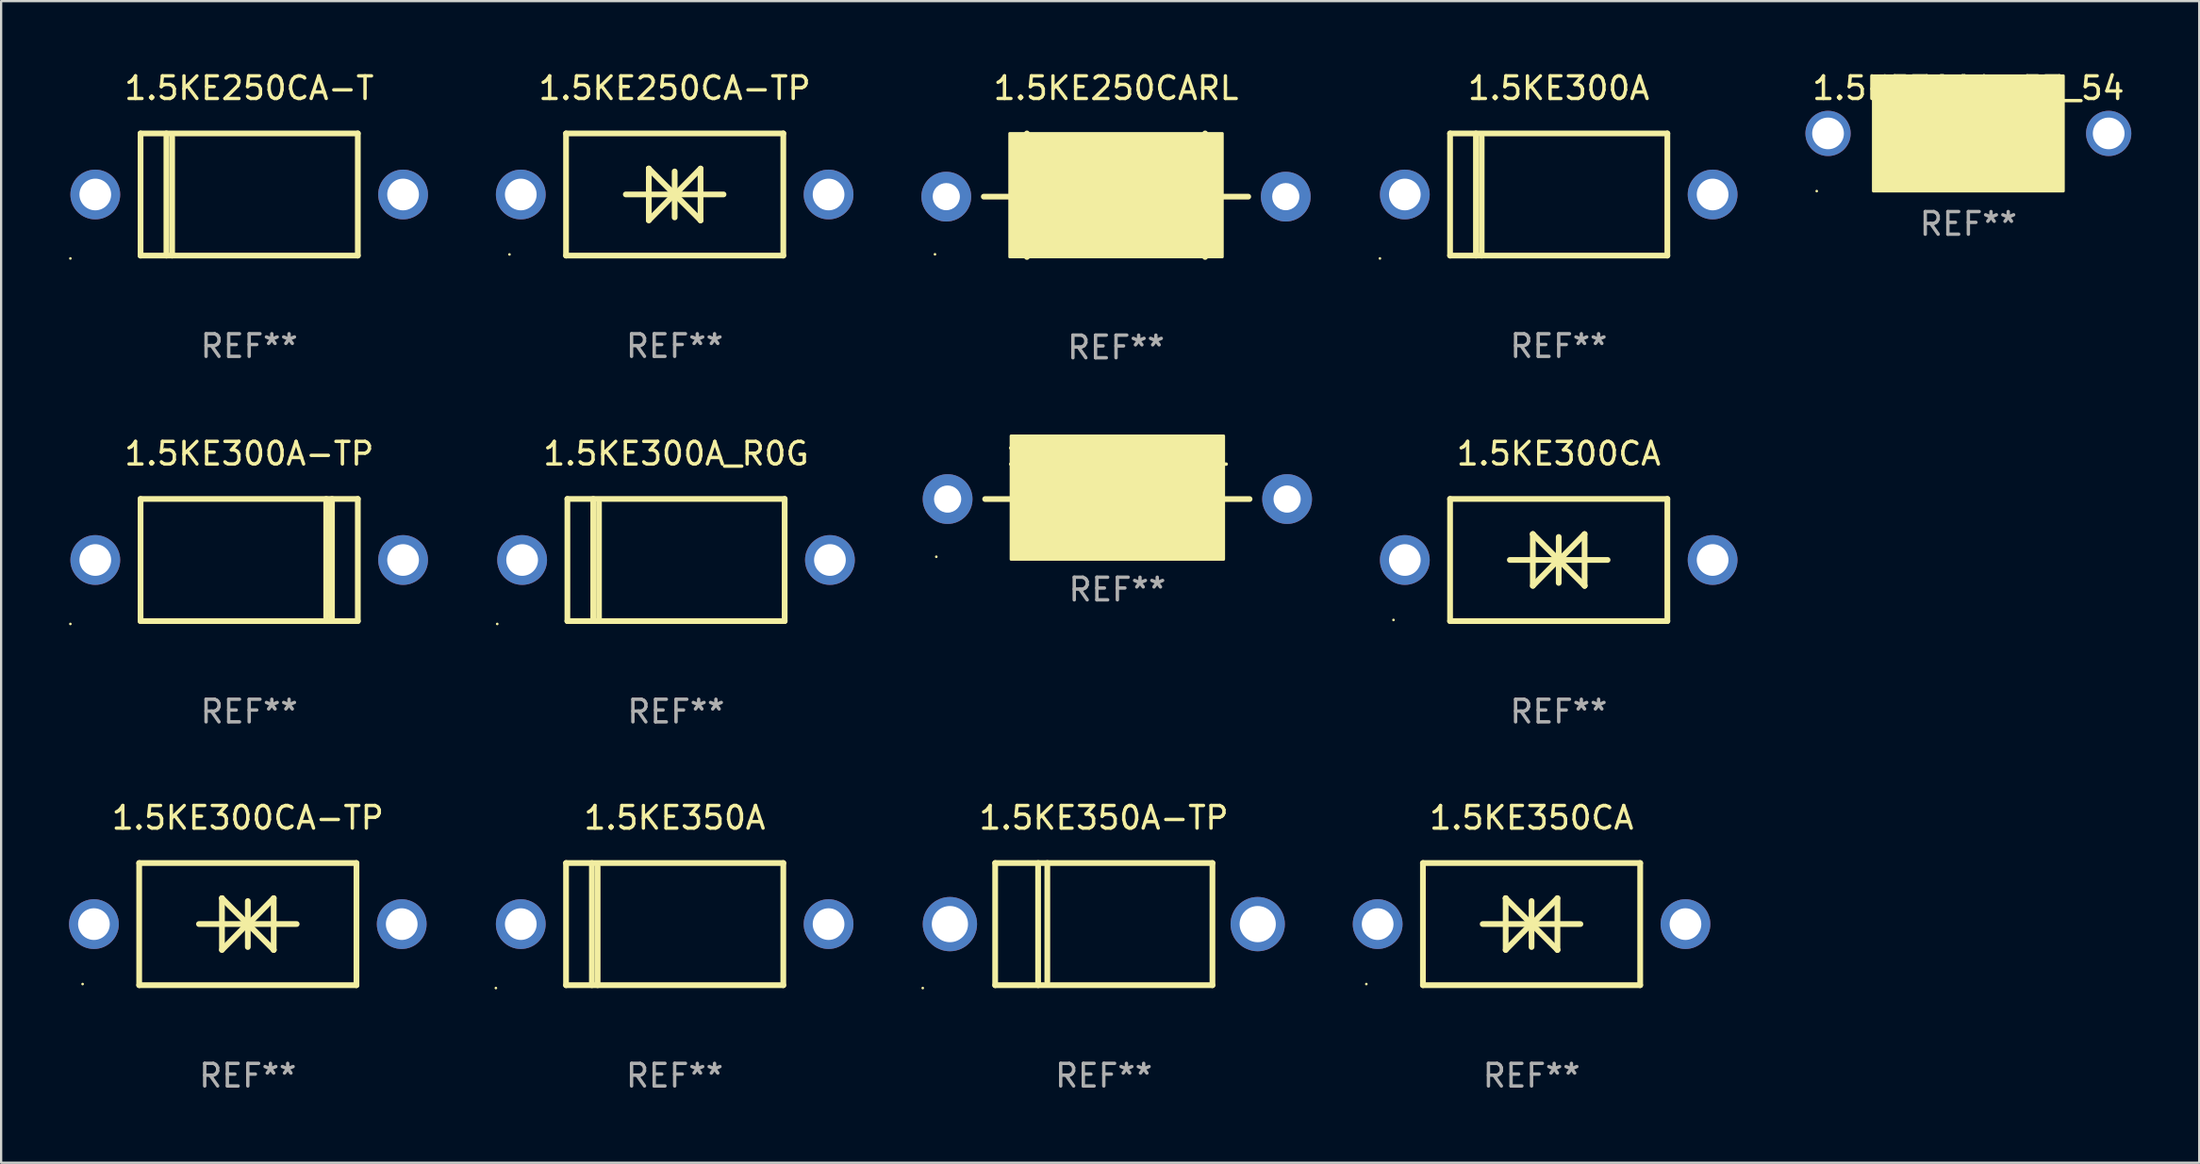
<source format=kicad_pcb>
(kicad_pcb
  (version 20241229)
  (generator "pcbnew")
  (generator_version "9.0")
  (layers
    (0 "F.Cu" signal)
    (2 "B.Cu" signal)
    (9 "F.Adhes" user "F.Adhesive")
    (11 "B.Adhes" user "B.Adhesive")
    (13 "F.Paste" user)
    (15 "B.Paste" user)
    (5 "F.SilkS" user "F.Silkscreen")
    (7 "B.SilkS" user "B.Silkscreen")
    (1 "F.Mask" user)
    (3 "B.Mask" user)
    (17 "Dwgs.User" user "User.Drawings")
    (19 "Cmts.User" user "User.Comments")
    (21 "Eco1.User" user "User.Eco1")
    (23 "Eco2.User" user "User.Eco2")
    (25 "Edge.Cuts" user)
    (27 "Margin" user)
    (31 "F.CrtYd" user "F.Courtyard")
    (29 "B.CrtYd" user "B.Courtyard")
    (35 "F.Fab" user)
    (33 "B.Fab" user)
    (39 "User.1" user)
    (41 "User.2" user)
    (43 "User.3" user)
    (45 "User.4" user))
  (footprint "1.5KE300ARL"
    (layer "F.Cu")
    (at 46.32 19.012)
    (property "Reference" "1.5KE300ARL" (at 0 -2 0) (layer "F.SilkS") (effects (font (size 1 1) (thickness 0.15))))
    (attr through_hole)
    (fp_line (start -4.699 0) (end -5.842 0) (stroke (width 0.254) (type solid)) (layer "F.SilkS"))
    (fp_line (start 4.699 0) (end 5.842 0) (stroke (width 0.254) (type solid)) (layer "F.SilkS"))
    (fp_circle (center -8 2.55) (end -7.97 2.55) (stroke (width 0.06) (type solid)) (fill no) (layer "F.SilkS"))
    (fp_poly (pts (xy -4.699 -2.794) (xy 4.699 -2.794) (xy 4.699 2.667) (xy -4.699 2.667)) (stroke (width 0.12) (type solid)) (fill yes) (layer "F.SilkS"))
    (fp_text user "REF**" (at 0 4 0) (layer "F.Fab") (effects (font (size 1 1) (thickness 0.15))))
    (pad "1" thru_hole circle (at -7.5 0) (size 2.2 2.2) (drill 1.2) (layers "*.Cu" "*.Mask"))
    (pad "2" thru_hole circle (at 7.5 0) (size 2.2 2.2) (drill 1.2) (layers "*.Cu" "*.Mask")))
  (footprint "1.5KE250CA-T"
    (layer "F.Cu")
    (at 7.96 5.548)
    (property "Reference" "1.5KE250CA-T" (at 0 -4.7 0) (layer "F.SilkS") (effects (font (size 1 1) (thickness 0.15))))
    (attr through_hole)
    (fp_line (start -4.8 -2.7) (end 4.8 -2.7) (stroke (width 0.254) (type solid)) (layer "F.SilkS"))
    (fp_line (start -4.8 2.7) (end -4.8 -2.7) (stroke (width 0.254) (type solid)) (layer "F.SilkS"))
    (fp_line (start -3.658 2.7) (end -3.658 -2.7) (stroke (width 0.254) (type solid)) (layer "F.SilkS"))
    (fp_line (start -3.404 2.7) (end -3.404 -2.54) (stroke (width 0.254) (type solid)) (layer "F.SilkS"))
    (fp_line (start 4.8 2.7) (end -4.8 2.7) (stroke (width 0.254) (type solid)) (layer "F.SilkS"))
    (fp_line (start 4.8 2.7) (end 4.8 -2.7) (stroke (width 0.254) (type solid)) (layer "F.SilkS"))
    (fp_circle (center -7.9 2.827) (end -7.87 2.827) (stroke (width 0.06) (type solid)) (fill no) (layer "F.SilkS"))
    (fp_text user "REF**" (at 0 6.7 0) (layer "F.Fab") (effects (font (size 1 1) (thickness 0.15))))
    (pad "1" thru_hole circle (at -6.8 0) (size 2.2 2.2) (drill 1.4) (layers "*.Cu" "*.Mask"))
    (pad "2" thru_hole circle (at 6.8 0) (size 2.2 2.2) (drill 1.4) (layers "*.Cu" "*.Mask")))
  (footprint "1.5KE350A"
    (layer "F.Cu")
    (at 26.76 37.802)
    (property "Reference" "1.5KE350A" (at 0 -4.7 0) (layer "F.SilkS") (effects (font (size 1 1) (thickness 0.15))))
    (attr through_hole)
    (fp_line (start -4.8 -2.7) (end 4.8 -2.7) (stroke (width 0.254) (type solid)) (layer "F.SilkS"))
    (fp_line (start -4.8 2.7) (end -4.8 -2.7) (stroke (width 0.254) (type solid)) (layer "F.SilkS"))
    (fp_line (start -3.658 2.7) (end -3.658 -2.7) (stroke (width 0.254) (type solid)) (layer "F.SilkS"))
    (fp_line (start -3.404 2.7) (end -3.404 -2.54) (stroke (width 0.254) (type solid)) (layer "F.SilkS"))
    (fp_line (start 4.8 2.7) (end -4.8 2.7) (stroke (width 0.254) (type solid)) (layer "F.SilkS"))
    (fp_line (start 4.8 2.7) (end 4.8 -2.7) (stroke (width 0.254) (type solid)) (layer "F.SilkS"))
    (fp_circle (center -7.9 2.827) (end -7.87 2.827) (stroke (width 0.06) (type solid)) (fill no) (layer "F.SilkS"))
    (fp_text user "REF**" (at 0 6.7 0) (layer "F.Fab") (effects (font (size 1 1) (thickness 0.15))))
    (pad "1" thru_hole circle (at -6.8 0) (size 2.2 2.2) (drill 1.4) (layers "*.Cu" "*.Mask"))
    (pad "2" thru_hole circle (at 6.8 0) (size 2.2 2.2) (drill 1.4) (layers "*.Cu" "*.Mask")))
  (footprint "1.5KE300A"
    (layer "F.Cu")
    (at 65.821 5.548)
    (property "Reference" "1.5KE300A" (at 0 -4.7 0) (layer "F.SilkS") (effects (font (size 1 1) (thickness 0.15))))
    (attr through_hole)
    (fp_line (start -4.8 -2.7) (end 4.8 -2.7) (stroke (width 0.254) (type solid)) (layer "F.SilkS"))
    (fp_line (start -4.8 2.7) (end -4.8 -2.7) (stroke (width 0.254) (type solid)) (layer "F.SilkS"))
    (fp_line (start -3.658 2.7) (end -3.658 -2.7) (stroke (width 0.254) (type solid)) (layer "F.SilkS"))
    (fp_line (start -3.404 2.7) (end -3.404 -2.54) (stroke (width 0.254) (type solid)) (layer "F.SilkS"))
    (fp_line (start 4.8 2.7) (end -4.8 2.7) (stroke (width 0.254) (type solid)) (layer "F.SilkS"))
    (fp_line (start 4.8 2.7) (end 4.8 -2.7) (stroke (width 0.254) (type solid)) (layer "F.SilkS"))
    (fp_circle (center -7.9 2.827) (end -7.87 2.827) (stroke (width 0.06) (type solid)) (fill no) (layer "F.SilkS"))
    (fp_text user "REF**" (at 0 6.7 0) (layer "F.Fab") (effects (font (size 1 1) (thickness 0.15))))
    (pad "1" thru_hole circle (at -6.8 0) (size 2.2 2.2) (drill 1.4) (layers "*.Cu" "*.Mask"))
    (pad "2" thru_hole circle (at 6.8 0) (size 2.2 2.2) (drill 1.4) (layers "*.Cu" "*.Mask")))
  (footprint "1.5KE250CARL"
    (layer "F.Cu")
    (at 46.261 5.579)
    (property "Reference" "1.5KE250CARL" (at 0 -4.731 0) (layer "F.SilkS") (effects (font (size 1 1) (thickness 0.15))))
    (attr through_hole)
    (fp_line (start -4.699 0.064) (end -5.842 0.064) (stroke (width 0.254) (type solid)) (layer "F.SilkS"))
    (fp_line (start -3.937 -2.731) (end -3.937 2.731) (stroke (width 0.254) (type solid)) (layer "F.SilkS"))
    (fp_line (start 3.937 2.731) (end 3.937 -2.731) (stroke (width 0.254) (type solid)) (layer "F.SilkS"))
    (fp_line (start 4.699 0.064) (end 5.842 0.064) (stroke (width 0.254) (type solid)) (layer "F.SilkS"))
    (fp_circle (center -8 2.613) (end -7.97 2.613) (stroke (width 0.06) (type solid)) (fill no) (layer "F.SilkS"))
    (fp_poly (pts (xy -4.699 -2.731) (xy 4.699 -2.731) (xy 4.699 2.731) (xy -4.699 2.731)) (stroke (width 0.12) (type solid)) (fill yes) (layer "F.SilkS"))
    (fp_text user "REF**" (at 0 6.731 0) (layer "F.Fab") (effects (font (size 1 1) (thickness 0.15))))
    (pad "1" thru_hole circle (at -7.5 0.064) (size 2.2 2.2) (drill 1.2) (layers "*.Cu" "*.Mask"))
    (pad "2" thru_hole circle (at 7.5 0.064) (size 2.2 2.2) (drill 1.2) (layers "*.Cu" "*.Mask")))
  (footprint "1.5KE250CA-TP"
    (layer "F.Cu")
    (at 26.76 5.548)
    (property "Reference" "1.5KE250CA-TP" (at 0 -4.7 0) (layer "F.SilkS") (effects (font (size 1 1) (thickness 0.15))))
    (attr through_hole)
    (fp_line (start -4.8 -2.7) (end -4.8 2.7) (stroke (width 0.254) (type solid)) (layer "F.SilkS"))
    (fp_line (start -4.8 -2.7) (end 4.8 -2.7) (stroke (width 0.254) (type solid)) (layer "F.SilkS"))
    (fp_line (start -2.159 -0.003) (end 2.159 -0.003) (stroke (width 0.254) (type solid)) (layer "F.SilkS"))
    (fp_line (start -1.143 -1.146) (end -1.143 1.14) (stroke (width 0.254) (type solid)) (layer "F.SilkS"))
    (fp_line (start -1.143 -1.143) (end -1.143 -1.146) (stroke (width 0.254) (type solid)) (layer "F.SilkS"))
    (fp_line (start 0 -1.019) (end 0 1.013) (stroke (width 0.254) (type solid)) (layer "F.SilkS"))
    (fp_line (start 0 -0.026) (end -1.143 1.14) (stroke (width 0.254) (type solid)) (layer "F.SilkS"))
    (fp_line (start 0 -0.006) (end 1.143 1.137) (stroke (width 0.254) (type solid)) (layer "F.SilkS"))
    (fp_line (start 0 0) (end -1.143 -1.143) (stroke (width 0.254) (type solid)) (layer "F.SilkS"))
    (fp_line (start 0 0.02) (end 1.143 -1.146) (stroke (width 0.254) (type solid)) (layer "F.SilkS"))
    (fp_line (start 1.143 1.137) (end 1.143 1.14) (stroke (width 0.254) (type solid)) (layer "F.SilkS"))
    (fp_line (start 1.143 1.14) (end 1.143 -1.146) (stroke (width 0.254) (type solid)) (layer "F.SilkS"))
    (fp_line (start 4.8 -2.7) (end 4.8 2.7) (stroke (width 0.254) (type solid)) (layer "F.SilkS"))
    (fp_line (start 4.8 2.7) (end -4.8 2.7) (stroke (width 0.254) (type solid)) (layer "F.SilkS"))
    (fp_circle (center -7.3 2.65) (end -7.27 2.65) (stroke (width 0.06) (type solid)) (fill no) (layer "F.SilkS"))
    (fp_text user "REF**" (at 0 6.7 0) (layer "F.Fab") (effects (font (size 1 1) (thickness 0.15))))
    (pad "1" thru_hole circle (at -6.8 0) (size 2.2 2.2) (drill 1.4) (layers "*.Cu" "*.Mask"))
    (pad "2" thru_hole circle (at 6.8 0) (size 2.2 2.2) (drill 1.4) (layers "*.Cu" "*.Mask")))
  (footprint "1.5KE350A-TP"
    (layer "F.Cu")
    (at 45.721 37.802)
    (property "Reference" "1.5KE350A-TP" (at 0 -4.7 0) (layer "F.SilkS") (effects (font (size 1 1) (thickness 0.15))))
    (attr through_hole)
    (fp_line (start -4.8 -2.7) (end -4.8 2.7) (stroke (width 0.254) (type solid)) (layer "F.SilkS"))
    (fp_line (start -4.8 -2.7) (end 4.8 -2.7) (stroke (width 0.254) (type solid)) (layer "F.SilkS"))
    (fp_line (start -2.902 -2.7) (end -2.902 2.7) (stroke (width 0.254) (type solid)) (layer "F.SilkS"))
    (fp_line (start -2.496 -2.7) (end -2.496 2.54) (stroke (width 0.254) (type solid)) (layer "F.SilkS"))
    (fp_line (start 4.8 -2.7) (end 4.8 2.7) (stroke (width 0.254) (type solid)) (layer "F.SilkS"))
    (fp_line (start 4.8 2.7) (end -4.8 2.7) (stroke (width 0.254) (type solid)) (layer "F.SilkS"))
    (fp_circle (center -8 2.827) (end -7.97 2.827) (stroke (width 0.06) (type solid)) (fill no) (layer "F.SilkS"))
    (fp_text user "REF**" (at 0 6.7 0) (layer "F.Fab") (effects (font (size 1 1) (thickness 0.15))))
    (pad "1" thru_hole circle (at -6.8 0) (size 2.4 2.4) (drill 1.6) (layers "*.Cu" "*.Mask"))
    (pad "2" thru_hole circle (at 6.8 0) (size 2.4 2.4) (drill 1.6) (layers "*.Cu" "*.Mask")))
  (footprint "1.5KE300CA"
    (layer "F.Cu")
    (at 65.821 21.706)
    (property "Reference" "1.5KE300CA" (at 0 -4.7 0) (layer "F.SilkS") (effects (font (size 1 1) (thickness 0.15))))
    (attr through_hole)
    (fp_line (start -4.8 -2.7) (end -4.8 2.7) (stroke (width 0.254) (type solid)) (layer "F.SilkS"))
    (fp_line (start -4.8 -2.7) (end 4.8 -2.7) (stroke (width 0.254) (type solid)) (layer "F.SilkS"))
    (fp_line (start -2.159 -0.003) (end 2.159 -0.003) (stroke (width 0.254) (type solid)) (layer "F.SilkS"))
    (fp_line (start -1.143 -1.146) (end -1.143 1.14) (stroke (width 0.254) (type solid)) (layer "F.SilkS"))
    (fp_line (start -1.143 -1.143) (end -1.143 -1.146) (stroke (width 0.254) (type solid)) (layer "F.SilkS"))
    (fp_line (start 0 -1.019) (end 0 1.013) (stroke (width 0.254) (type solid)) (layer "F.SilkS"))
    (fp_line (start 0 -0.026) (end -1.143 1.14) (stroke (width 0.254) (type solid)) (layer "F.SilkS"))
    (fp_line (start 0 -0.006) (end 1.143 1.137) (stroke (width 0.254) (type solid)) (layer "F.SilkS"))
    (fp_line (start 0 0) (end -1.143 -1.143) (stroke (width 0.254) (type solid)) (layer "F.SilkS"))
    (fp_line (start 0 0.02) (end 1.143 -1.146) (stroke (width 0.254) (type solid)) (layer "F.SilkS"))
    (fp_line (start 1.143 1.137) (end 1.143 1.14) (stroke (width 0.254) (type solid)) (layer "F.SilkS"))
    (fp_line (start 1.143 1.14) (end 1.143 -1.146) (stroke (width 0.254) (type solid)) (layer "F.SilkS"))
    (fp_line (start 4.8 -2.7) (end 4.8 2.7) (stroke (width 0.254) (type solid)) (layer "F.SilkS"))
    (fp_line (start 4.8 2.7) (end -4.8 2.7) (stroke (width 0.254) (type solid)) (layer "F.SilkS"))
    (fp_circle (center -7.3 2.65) (end -7.27 2.65) (stroke (width 0.06) (type solid)) (fill no) (layer "F.SilkS"))
    (fp_text user "REF**" (at 0 6.7 0) (layer "F.Fab") (effects (font (size 1 1) (thickness 0.15))))
    (pad "1" thru_hole circle (at -6.8 0) (size 2.2 2.2) (drill 1.4) (layers "*.Cu" "*.Mask"))
    (pad "2" thru_hole circle (at 6.8 0) (size 2.2 2.2) (drill 1.4) (layers "*.Cu" "*.Mask")))
  (footprint "1.5KE350CA"
    (layer "F.Cu")
    (at 64.621 37.802)
    (property "Reference" "1.5KE350CA" (at 0 -4.7 0) (layer "F.SilkS") (effects (font (size 1 1) (thickness 0.15))))
    (attr through_hole)
    (fp_line (start -4.8 -2.7) (end -4.8 2.7) (stroke (width 0.254) (type solid)) (layer "F.SilkS"))
    (fp_line (start -4.8 -2.7) (end 4.8 -2.7) (stroke (width 0.254) (type solid)) (layer "F.SilkS"))
    (fp_line (start -2.159 -0.003) (end 2.159 -0.003) (stroke (width 0.254) (type solid)) (layer "F.SilkS"))
    (fp_line (start -1.143 -1.146) (end -1.143 1.14) (stroke (width 0.254) (type solid)) (layer "F.SilkS"))
    (fp_line (start -1.143 -1.143) (end -1.143 -1.146) (stroke (width 0.254) (type solid)) (layer "F.SilkS"))
    (fp_line (start 0 -1.019) (end 0 1.013) (stroke (width 0.254) (type solid)) (layer "F.SilkS"))
    (fp_line (start 0 -0.026) (end -1.143 1.14) (stroke (width 0.254) (type solid)) (layer "F.SilkS"))
    (fp_line (start 0 -0.006) (end 1.143 1.137) (stroke (width 0.254) (type solid)) (layer "F.SilkS"))
    (fp_line (start 0 0) (end -1.143 -1.143) (stroke (width 0.254) (type solid)) (layer "F.SilkS"))
    (fp_line (start 0 0.02) (end 1.143 -1.146) (stroke (width 0.254) (type solid)) (layer "F.SilkS"))
    (fp_line (start 1.143 1.137) (end 1.143 1.14) (stroke (width 0.254) (type solid)) (layer "F.SilkS"))
    (fp_line (start 1.143 1.14) (end 1.143 -1.146) (stroke (width 0.254) (type solid)) (layer "F.SilkS"))
    (fp_line (start 4.8 -2.7) (end 4.8 2.7) (stroke (width 0.254) (type solid)) (layer "F.SilkS"))
    (fp_line (start 4.8 2.7) (end -4.8 2.7) (stroke (width 0.254) (type solid)) (layer "F.SilkS"))
    (fp_circle (center -7.3 2.65) (end -7.27 2.65) (stroke (width 0.06) (type solid)) (fill no) (layer "F.SilkS"))
    (fp_text user "REF**" (at 0 6.7 0) (layer "F.Fab") (effects (font (size 1 1) (thickness 0.15))))
    (pad "1" thru_hole circle (at -6.8 0) (size 2.2 2.2) (drill 1.4) (layers "*.Cu" "*.Mask"))
    (pad "2" thru_hole circle (at 6.8 0) (size 2.2 2.2) (drill 1.4) (layers "*.Cu" "*.Mask")))
  (footprint "1.5KE300A-TP"
    (layer "F.Cu")
    (at 7.96 21.706)
    (property "Reference" "1.5KE300A-TP" (at 0 -4.7 0) (layer "F.SilkS") (effects (font (size 1 1) (thickness 0.15))))
    (attr through_hole)
    (fp_line (start -4.8 -2.7) (end -4.8 2.7) (stroke (width 0.254) (type solid)) (layer "F.SilkS"))
    (fp_line (start -4.8 -2.7) (end 4.8 -2.7) (stroke (width 0.254) (type solid)) (layer "F.SilkS"))
    (fp_line (start 3.404 -2.7) (end 3.404 2.54) (stroke (width 0.254) (type solid)) (layer "F.SilkS"))
    (fp_line (start 3.658 -2.7) (end 3.658 2.7) (stroke (width 0.254) (type solid)) (layer "F.SilkS"))
    (fp_line (start 4.8 -2.7) (end 4.8 2.7) (stroke (width 0.254) (type solid)) (layer "F.SilkS"))
    (fp_line (start 4.8 2.7) (end -4.8 2.7) (stroke (width 0.254) (type solid)) (layer "F.SilkS"))
    (fp_circle (center -7.9 2.827) (end -7.87 2.827) (stroke (width 0.06) (type solid)) (fill no) (layer "F.SilkS"))
    (fp_text user "REF**" (at 0 6.7 0) (layer "F.Fab") (effects (font (size 1 1) (thickness 0.15))))
    (pad "1" thru_hole circle (at -6.8 0) (size 2.2 2.2) (drill 1.4) (layers "*.Cu" "*.Mask"))
    (pad "2" thru_hole circle (at 6.8 0) (size 2.2 2.2) (drill 1.4) (layers "*.Cu" "*.Mask")))
  (footprint "1.5KE300A_R0G"
    (layer "F.Cu")
    (at 26.82 21.706)
    (property "Reference" "1.5KE300A_R0G" (at 0 -4.7 0) (layer "F.SilkS") (effects (font (size 1 1) (thickness 0.15))))
    (attr through_hole)
    (fp_line (start -4.8 -2.7) (end 4.8 -2.7) (stroke (width 0.254) (type solid)) (layer "F.SilkS"))
    (fp_line (start -4.8 2.7) (end -4.8 -2.7) (stroke (width 0.254) (type solid)) (layer "F.SilkS"))
    (fp_line (start -3.658 2.7) (end -3.658 -2.7) (stroke (width 0.254) (type solid)) (layer "F.SilkS"))
    (fp_line (start -3.404 2.7) (end -3.404 -2.54) (stroke (width 0.254) (type solid)) (layer "F.SilkS"))
    (fp_line (start 4.8 2.7) (end -4.8 2.7) (stroke (width 0.254) (type solid)) (layer "F.SilkS"))
    (fp_line (start 4.8 2.7) (end 4.8 -2.7) (stroke (width 0.254) (type solid)) (layer "F.SilkS"))
    (fp_circle (center -7.9 2.827) (end -7.87 2.827) (stroke (width 0.06) (type solid)) (fill no) (layer "F.SilkS"))
    (fp_text user "REF**" (at 0 6.7 0) (layer "F.Fab") (effects (font (size 1 1) (thickness 0.15))))
    (pad "1" thru_hole circle (at -6.8 0) (size 2.2 2.2) (drill 1.4) (layers "*.Cu" "*.Mask"))
    (pad "2" thru_hole circle (at 6.8 0) (size 2.2 2.2) (drill 1.4) (layers "*.Cu" "*.Mask")))
  (footprint "1.5KE300A-E3_54"
    (layer "F.Cu")
    (at 83.921 2.848)
    (property "Reference" "1.5KE300A-E3_54" (at 0 -2 0) (layer "F.SilkS") (effects (font (size 1 1) (thickness 0.15))))
    (attr through_hole)
    (fp_circle (center -6.7 2.55) (end -6.67 2.55) (stroke (width 0.06) (type solid)) (fill no) (layer "F.SilkS"))
    (fp_poly (pts (xy -4.2 -2.55) (xy 4.2 -2.55) (xy 4.2 2.55) (xy -4.2 2.55)) (stroke (width 0.12) (type solid)) (fill yes) (layer "F.SilkS"))
    (fp_text user "REF**" (at 0 4 0) (layer "F.Fab") (effects (font (size 1 1) (thickness 0.15))))
    (pad "1" thru_hole circle (at -6.2 0) (size 2 2) (drill 1.4) (layers "*.Cu" "*.Mask"))
    (pad "2" thru_hole circle (at 6.2 0) (size 2 2) (drill 1.4) (layers "*.Cu" "*.Mask")))
  (footprint "1.5KE300CA-TP"
    (layer "F.Cu")
    (at 7.9 37.802)
    (property "Reference" "1.5KE300CA-TP" (at 0 -4.7 0) (layer "F.SilkS") (effects (font (size 1 1) (thickness 0.15))))
    (attr through_hole)
    (fp_line (start -4.8 -2.7) (end -4.8 2.7) (stroke (width 0.254) (type solid)) (layer "F.SilkS"))
    (fp_line (start -4.8 -2.7) (end 4.8 -2.7) (stroke (width 0.254) (type solid)) (layer "F.SilkS"))
    (fp_line (start -2.159 -0.003) (end 2.159 -0.003) (stroke (width 0.254) (type solid)) (layer "F.SilkS"))
    (fp_line (start -1.143 -1.146) (end -1.143 1.14) (stroke (width 0.254) (type solid)) (layer "F.SilkS"))
    (fp_line (start -1.143 -1.143) (end -1.143 -1.146) (stroke (width 0.254) (type solid)) (layer "F.SilkS"))
    (fp_line (start 0 -1.019) (end 0 1.013) (stroke (width 0.254) (type solid)) (layer "F.SilkS"))
    (fp_line (start 0 -0.026) (end -1.143 1.14) (stroke (width 0.254) (type solid)) (layer "F.SilkS"))
    (fp_line (start 0 -0.006) (end 1.143 1.137) (stroke (width 0.254) (type solid)) (layer "F.SilkS"))
    (fp_line (start 0 0) (end -1.143 -1.143) (stroke (width 0.254) (type solid)) (layer "F.SilkS"))
    (fp_line (start 0 0.02) (end 1.143 -1.146) (stroke (width 0.254) (type solid)) (layer "F.SilkS"))
    (fp_line (start 1.143 1.137) (end 1.143 1.14) (stroke (width 0.254) (type solid)) (layer "F.SilkS"))
    (fp_line (start 1.143 1.14) (end 1.143 -1.146) (stroke (width 0.254) (type solid)) (layer "F.SilkS"))
    (fp_line (start 4.8 -2.7) (end 4.8 2.7) (stroke (width 0.254) (type solid)) (layer "F.SilkS"))
    (fp_line (start 4.8 2.7) (end -4.8 2.7) (stroke (width 0.254) (type solid)) (layer "F.SilkS"))
    (fp_circle (center -7.3 2.65) (end -7.27 2.65) (stroke (width 0.06) (type solid)) (fill no) (layer "F.SilkS"))
    (fp_text user "REF**" (at 0 6.7 0) (layer "F.Fab") (effects (font (size 1 1) (thickness 0.15))))
    (pad "1" thru_hole circle (at -6.8 0) (size 2.2 2.2) (drill 1.4) (layers "*.Cu" "*.Mask"))
    (pad "2" thru_hole circle (at 6.8 0) (size 2.2 2.2) (drill 1.4) (layers "*.Cu" "*.Mask")))
  (gr_rect
    (start -3 -3)
    (end 94.121 48.351)
    (stroke (width 0.1) (type default))
    (fill no)
    (layer "Edge.Cuts")))
</source>
